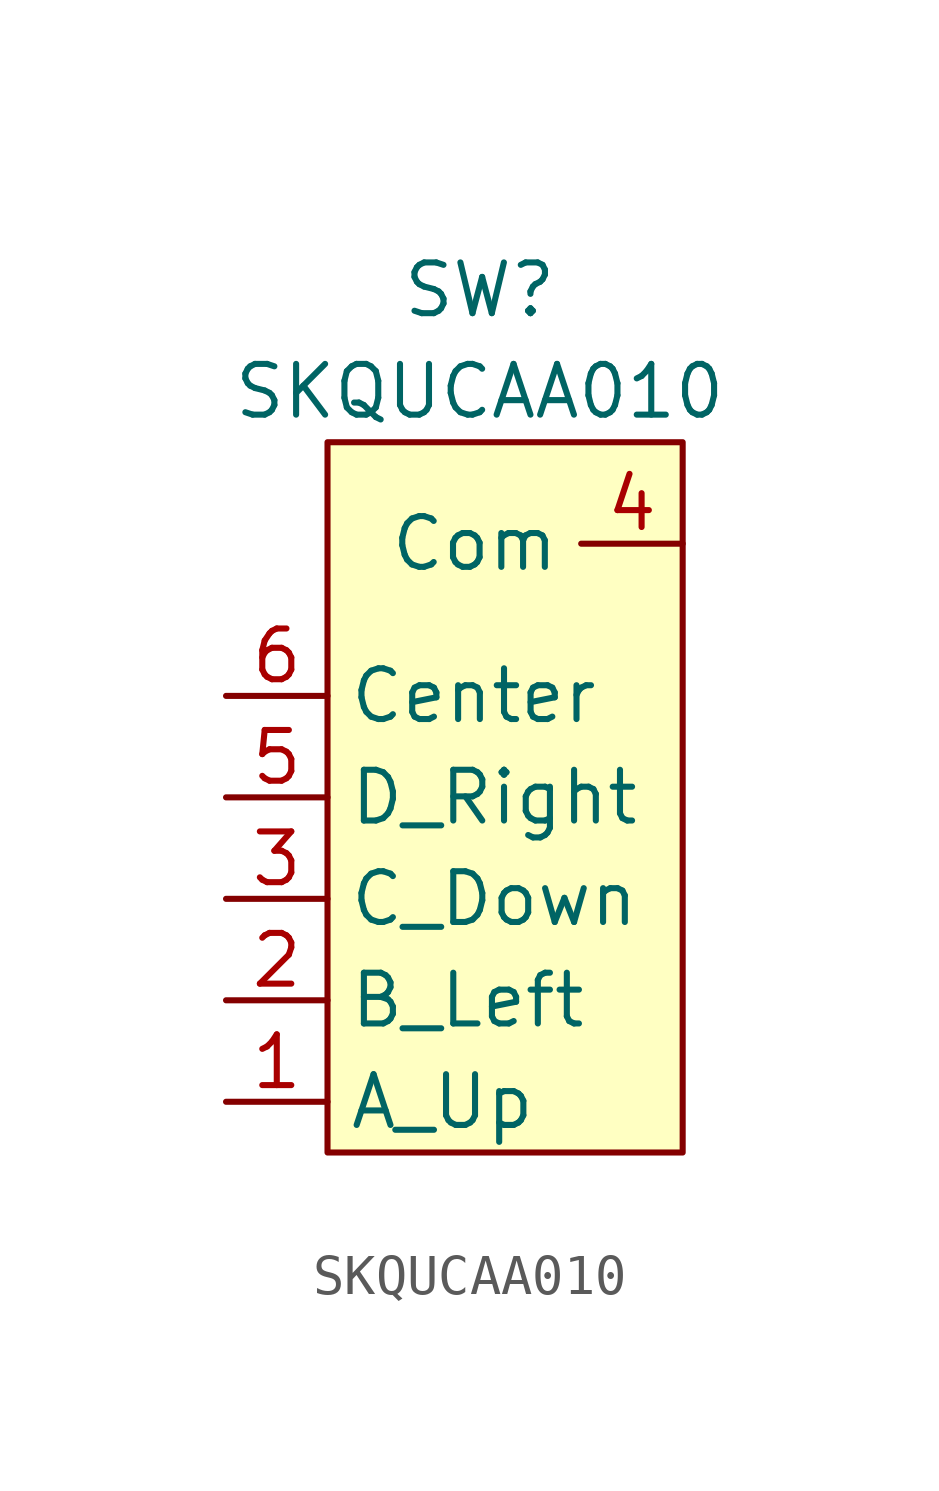
<source format=kicad_sym>
(kicad_symbol_lib
  (version 20211014)
  (generator kicad_symbol_editor)
  (symbol "SKQUCAA010"
    (property "Reference" "SW"
      (at 0 2.54 0)
      (effects (font (size 1.27 1.27))))
    (property "Value" "SKQUCAA010"
      (at 0 0 0)
      (effects (font (size 1.27 1.27))))
    (symbol "SKQUCAA010_0_1"
      (rectangle (start -3.81 -1.27) (end 5.08 -19.05) (stroke (width 0) (type default) (color 0 0 0 0)) (fill (type background))))
    (symbol "SKQUCAA010_1_1"
      (pin bidirectional line (at -6.35 -17.78 0) (length 2.54) (name "A_Up" (effects (font (size 1.27 1.27)))) (number "1" (effects (font (size 1.27 1.27)))))
      (pin bidirectional line (at -6.35 -15.24 0) (length 2.54) (name "B_Left" (effects (font (size 1.27 1.27)))) (number "2" (effects (font (size 1.27 1.27)))))
      (pin bidirectional line (at -6.35 -12.7 0) (length 2.54) (name "C_Down" (effects (font (size 1.27 1.27)))) (number "3" (effects (font (size 1.27 1.27)))))
      (pin bidirectional line (at 5.08 -3.81 180) (length 2.54) (name "Com" (effects (font (size 1.27 1.27)))) (number "4" (effects (font (size 1.27 1.27)))))
      (pin bidirectional line (at -6.35 -10.16 0) (length 2.54) (name "D_Right" (effects (font (size 1.27 1.27)))) (number "5" (effects (font (size 1.27 1.27)))))
      (pin bidirectional line (at -6.35 -7.62 0) (length 2.54) (name "Center" (effects (font (size 1.27 1.27)))) (number "6" (effects (font (size 1.27 1.27))))))))
</source>
